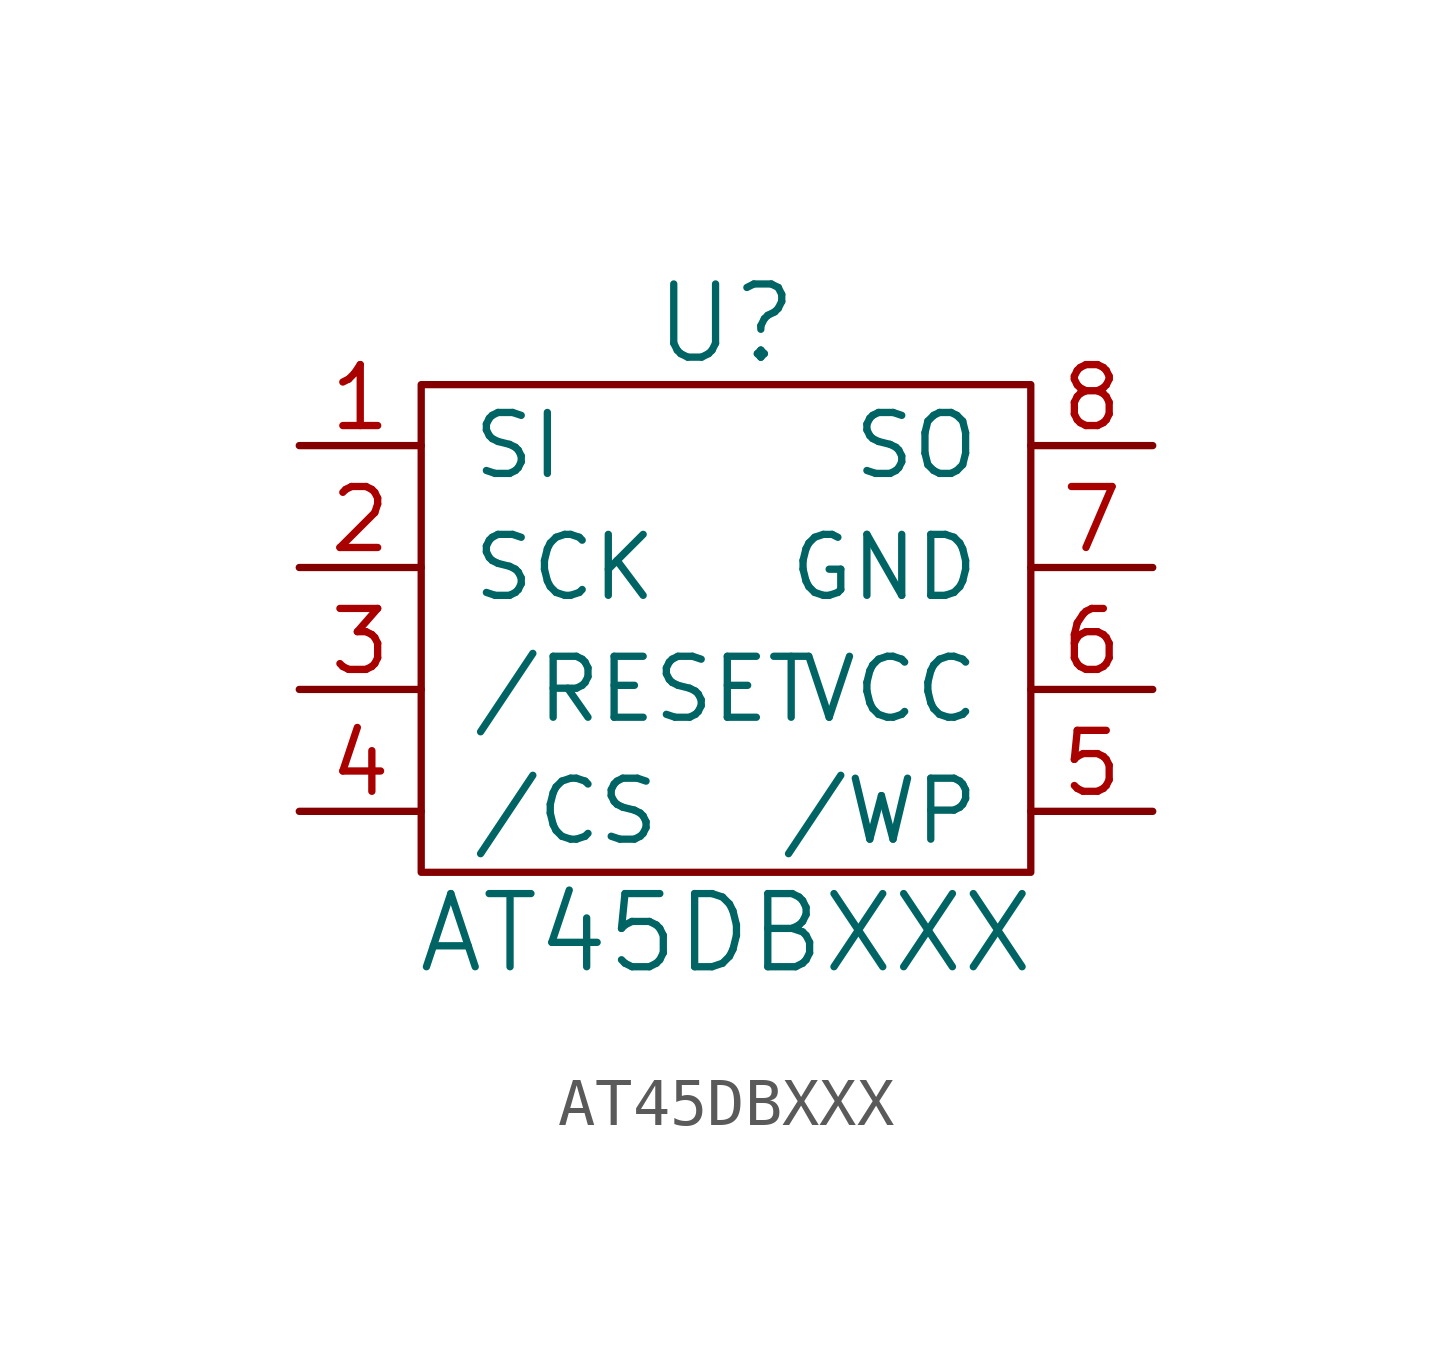
<source format=kicad_sym>
(kicad_symbol_lib
  (version 20211014)
  (generator kicad_symbol_editor)
  (symbol "AT45DBXXX"
    (pin_names
      (offset 1.016))
    (property "Reference" "U"
      (at 0 6.35 0)
      (effects (font (size 1.524 1.524))))
    (property "Value" "AT45DBXXX"
      (at 0 -6.35 0)
      (effects (font (size 1.524 1.524))))
    (symbol "AT45DBXXX_0_1"
      (polyline (pts (xy -6.35 5.08) (xy 2.54 5.08) (xy 6.35 5.08) (xy 6.35 -5.08) (xy 2.54 -5.08) (xy -2.54 -5.08) (xy -6.35 -5.08) (xy -6.35 -3.81) (xy -6.35 5.08)) (stroke (width 0) (type default) (color 0 0 0 0)) (fill (type none))))
    (symbol "AT45DBXXX_1_1"
      (pin input line (at -8.89 3.81 0) (length 2.54) (name "SI" (effects (font (size 1.27 1.27)))) (number "1" (effects (font (size 1.27 1.27)))))
      (pin input line (at -8.89 1.27 0) (length 2.54) (name "SCK" (effects (font (size 1.27 1.27)))) (number "2" (effects (font (size 1.27 1.27)))))
      (pin input line (at -8.89 -1.27 0) (length 2.54) (name "/RESET" (effects (font (size 1.27 1.27)))) (number "3" (effects (font (size 1.27 1.27)))))
      (pin input line (at -8.89 -3.81 0) (length 2.54) (name "/CS" (effects (font (size 1.27 1.27)))) (number "4" (effects (font (size 1.27 1.27)))))
      (pin input line (at 8.89 -3.81 180) (length 2.54) (name "/WP" (effects (font (size 1.27 1.27)))) (number "5" (effects (font (size 1.27 1.27)))))
      (pin power_in line (at 8.89 -1.27 180) (length 2.54) (name "VCC" (effects (font (size 1.27 1.27)))) (number "6" (effects (font (size 1.27 1.27)))))
      (pin power_in line (at 8.89 1.27 180) (length 2.54) (name "GND" (effects (font (size 1.27 1.27)))) (number "7" (effects (font (size 1.27 1.27)))))
      (pin output line (at 8.89 3.81 180) (length 2.54) (name "SO" (effects (font (size 1.27 1.27)))) (number "8" (effects (font (size 1.27 1.27))))))))
</source>
